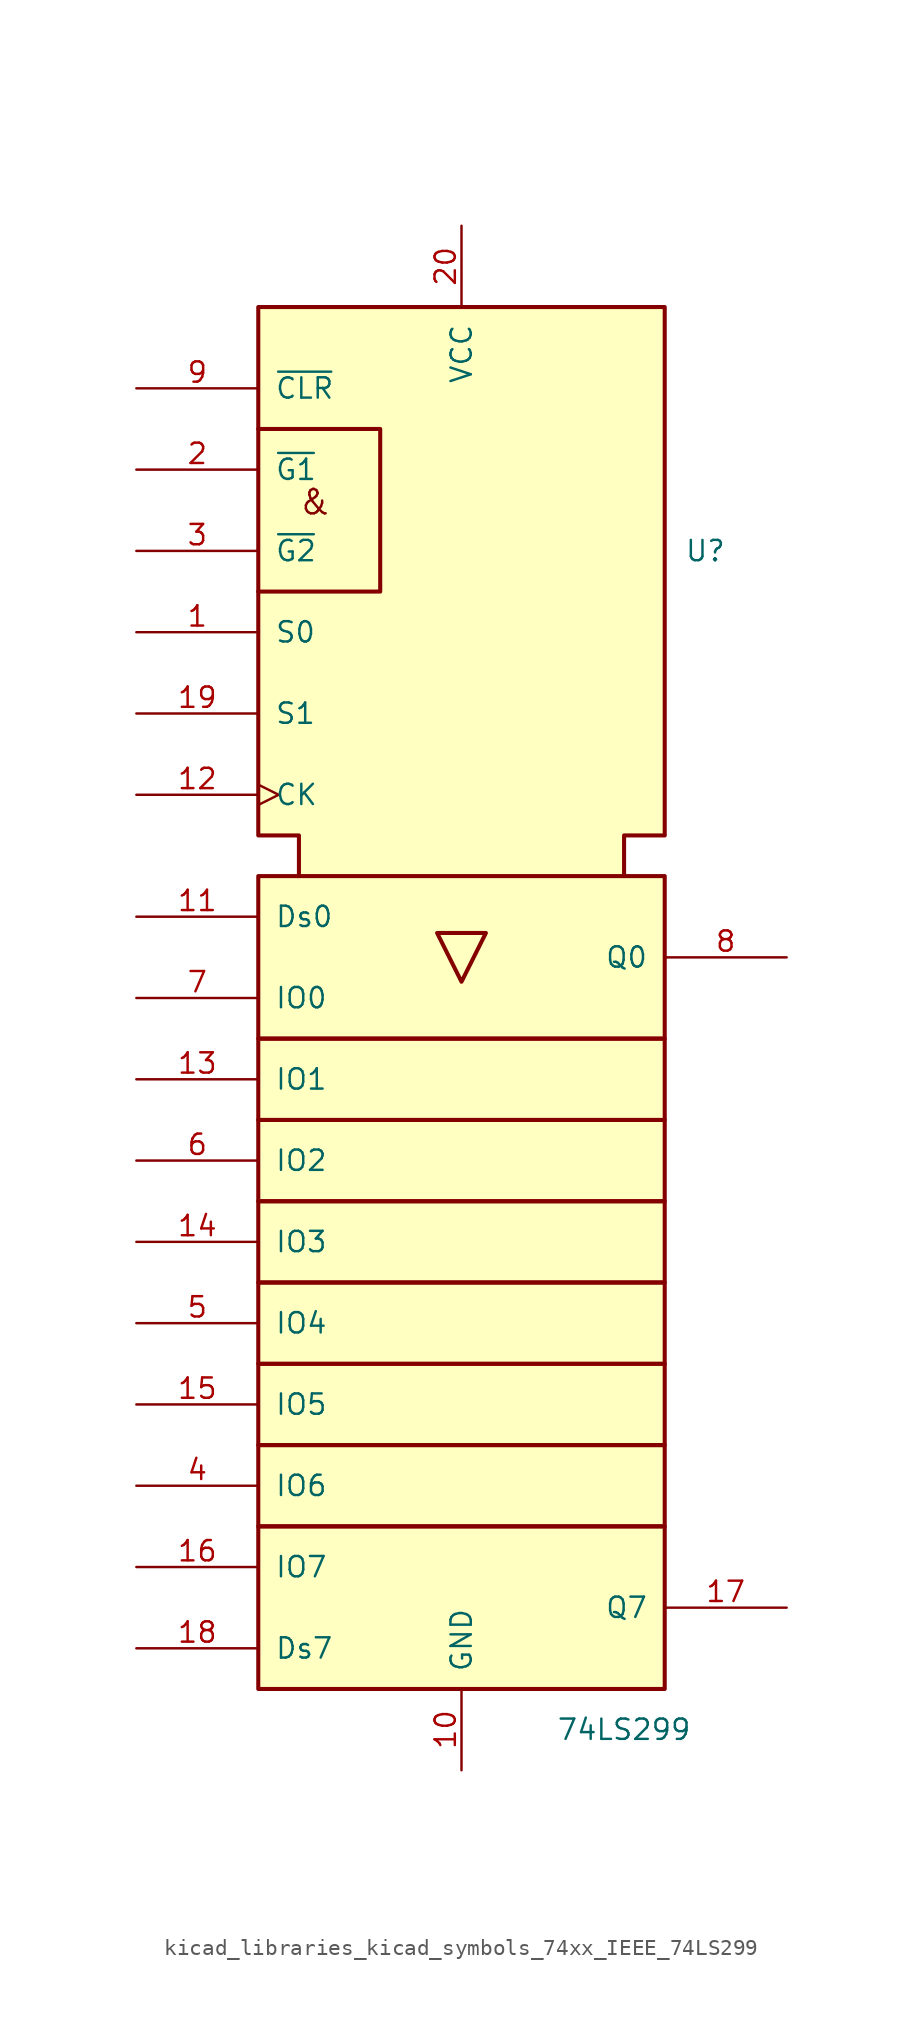
<source format=kicad_sym>
(kicad_symbol_lib
  (version 20220914)
  (generator kicad_symbol_editor)
  (symbol "kicad_libraries_kicad_symbols_74xx_IEEE_74LS299"
    (pin_names
      (offset 1.016))
    (property "Reference" "U"
      (at 15.24 12.7 0)
      (effects (font (size 1.27 1.27))))
    (property "Value" "74LS299"
      (at 10.16 -60.96 0)
      (effects (font (size 1.27 1.27))))
    (symbol "kicad_libraries_kicad_symbols_74xx_IEEE_74LS299_0_0"
      (polyline (pts (xy 1.524 -11.176) (xy -1.524 -11.176) (xy 0 -14.224) (xy 1.524 -11.176) (xy 1.524 -11.176)) (stroke (width 0.254) (type default)) (fill (type background)))
      (text "&" (at -9.144 15.748 0) (effects (font (size 1.524 1.524))))
      (pin power_in line (at 0 -63.5 90) (length 5.08) (name "GND" (effects (font (size 1.27 1.27)))) (number "10" (effects (font (size 1.27 1.27)))))
      (pin power_in line (at 0 33.02 270) (length 5.08) (name "VCC" (effects (font (size 1.27 1.27)))) (number "20" (effects (font (size 1.27 1.27))))))
    (symbol "kicad_libraries_kicad_symbols_74xx_IEEE_74LS299_0_1"
      (rectangle (start -12.7 -48.26) (end 12.7 -58.42) (stroke (width 0.254) (type default)) (fill (type background)))
      (rectangle (start -12.7 -43.18) (end 12.7 -48.26) (stroke (width 0.254) (type default)) (fill (type background)))
      (rectangle (start -12.7 -38.1) (end 12.7 -43.18) (stroke (width 0.254) (type default)) (fill (type background)))
      (rectangle (start -12.7 -33.02) (end 12.7 -38.1) (stroke (width 0.254) (type default)) (fill (type background)))
      (rectangle (start -12.7 -27.94) (end 12.7 -33.02) (stroke (width 0.254) (type default)) (fill (type background)))
      (rectangle (start -12.7 -22.86) (end 12.7 -27.94) (stroke (width 0.254) (type default)) (fill (type background)))
      (rectangle (start -12.7 -17.78) (end 12.7 -22.86) (stroke (width 0.254) (type default)) (fill (type background)))
      (rectangle (start -12.7 -7.62) (end 12.7 -17.78) (stroke (width 0.254) (type default)) (fill (type background)))
      (polyline (pts (xy -12.7 20.32) (xy -5.08 20.32) (xy -5.08 10.16) (xy -12.7 10.16) (xy -12.7 10.16)) (stroke (width 0.254) (type default)) (fill (type background)))
      (polyline (pts (xy -10.16 -7.62) (xy -10.16 -5.08) (xy -12.7 -5.08) (xy -12.7 27.94) (xy 12.7 27.94) (xy 12.7 -5.08) (xy 10.16 -5.08) (xy 10.16 -7.62) (xy 10.16 -7.62)) (stroke (width 0.254) (type default)) (fill (type background))))
    (symbol "kicad_libraries_kicad_symbols_74xx_IEEE_74LS299_1_1"
      (pin input line (at -20.32 7.62 0) (length 7.62) (name "S0" (effects (font (size 1.27 1.27)))) (number "1" (effects (font (size 1.27 1.27)))))
      (pin input line (at -20.32 -10.16 0) (length 7.62) (name "Ds0" (effects (font (size 1.27 1.27)))) (number "11" (effects (font (size 1.27 1.27)))))
      (pin input clock (at -20.32 -2.54 0) (length 7.62) (name "CK" (effects (font (size 1.27 1.27)))) (number "12" (effects (font (size 1.27 1.27)))))
      (pin tri_state line (at -20.32 -20.32 0) (length 7.62) (name "IO1" (effects (font (size 1.27 1.27)))) (number "13" (effects (font (size 1.27 1.27)))))
      (pin tri_state line (at -20.32 -30.48 0) (length 7.62) (name "IO3" (effects (font (size 1.27 1.27)))) (number "14" (effects (font (size 1.27 1.27)))))
      (pin tri_state line (at -20.32 -40.64 0) (length 7.62) (name "IO5" (effects (font (size 1.27 1.27)))) (number "15" (effects (font (size 1.27 1.27)))))
      (pin tri_state line (at -20.32 -50.8 0) (length 7.62) (name "IO7" (effects (font (size 1.27 1.27)))) (number "16" (effects (font (size 1.27 1.27)))))
      (pin output line (at 20.32 -53.34 180) (length 7.62) (name "Q7" (effects (font (size 1.27 1.27)))) (number "17" (effects (font (size 1.27 1.27)))))
      (pin input line (at -20.32 -55.88 0) (length 7.62) (name "Ds7" (effects (font (size 1.27 1.27)))) (number "18" (effects (font (size 1.27 1.27)))))
      (pin input line (at -20.32 2.54 0) (length 7.62) (name "S1" (effects (font (size 1.27 1.27)))) (number "19" (effects (font (size 1.27 1.27)))))
      (pin input line (at -20.32 17.78 0) (length 7.62) (name "~{G1}" (effects (font (size 1.27 1.27)))) (number "2" (effects (font (size 1.27 1.27)))))
      (pin input line (at -20.32 12.7 0) (length 7.62) (name "~{G2}" (effects (font (size 1.27 1.27)))) (number "3" (effects (font (size 1.27 1.27)))))
      (pin tri_state line (at -20.32 -45.72 0) (length 7.62) (name "IO6" (effects (font (size 1.27 1.27)))) (number "4" (effects (font (size 1.27 1.27)))))
      (pin tri_state line (at -20.32 -35.56 0) (length 7.62) (name "IO4" (effects (font (size 1.27 1.27)))) (number "5" (effects (font (size 1.27 1.27)))))
      (pin tri_state line (at -20.32 -25.4 0) (length 7.62) (name "IO2" (effects (font (size 1.27 1.27)))) (number "6" (effects (font (size 1.27 1.27)))))
      (pin tri_state line (at -20.32 -15.24 0) (length 7.62) (name "IO0" (effects (font (size 1.27 1.27)))) (number "7" (effects (font (size 1.27 1.27)))))
      (pin output line (at 20.32 -12.7 180) (length 7.62) (name "Q0" (effects (font (size 1.27 1.27)))) (number "8" (effects (font (size 1.27 1.27)))))
      (pin input line (at -20.32 22.86 0) (length 7.62) (name "~{CLR}" (effects (font (size 1.27 1.27)))) (number "9" (effects (font (size 1.27 1.27))))))))
</source>
